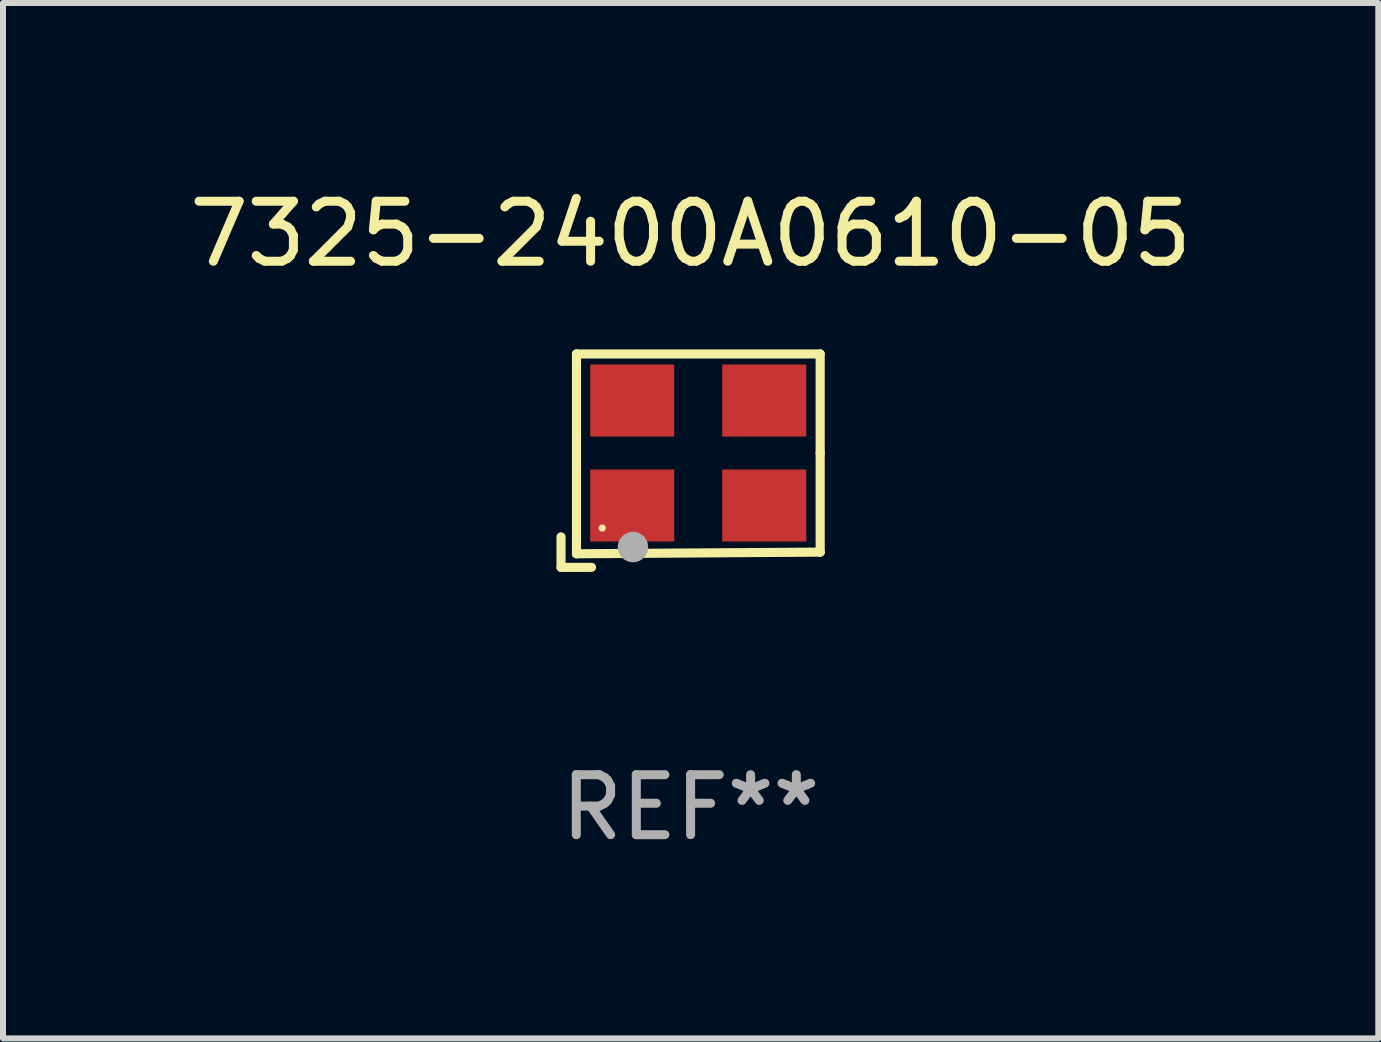
<source format=kicad_pcb>
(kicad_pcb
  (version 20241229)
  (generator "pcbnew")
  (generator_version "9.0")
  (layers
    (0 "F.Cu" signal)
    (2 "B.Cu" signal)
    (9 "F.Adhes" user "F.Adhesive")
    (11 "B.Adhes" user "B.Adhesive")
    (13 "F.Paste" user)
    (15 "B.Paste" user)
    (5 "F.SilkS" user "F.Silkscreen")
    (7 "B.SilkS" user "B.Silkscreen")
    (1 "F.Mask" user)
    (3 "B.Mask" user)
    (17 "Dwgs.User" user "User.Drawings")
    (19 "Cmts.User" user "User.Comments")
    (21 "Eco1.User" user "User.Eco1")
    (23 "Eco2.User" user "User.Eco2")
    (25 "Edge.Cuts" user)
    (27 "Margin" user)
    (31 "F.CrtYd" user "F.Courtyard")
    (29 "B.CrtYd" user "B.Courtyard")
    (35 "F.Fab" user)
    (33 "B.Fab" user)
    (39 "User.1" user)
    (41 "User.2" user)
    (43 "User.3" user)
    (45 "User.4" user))
  (footprint "7325-2400A0610-05"
    (layer "F.Cu")
    (at 8.458 4.626)
    (property "Reference" "7325-2400A0610-05" (at 0 -3.778 0) (layer "F.SilkS") (effects (font (size 1 1) (thickness 0.15))))
    (attr through_hole)
    (fp_line (start -2.159 1.27) (end -2.159 1.778) (stroke (width 0.152) (type solid)) (layer "F.SilkS"))
    (fp_line (start -2.159 1.778) (end -1.651 1.778) (stroke (width 0.152) (type solid)) (layer "F.SilkS"))
    (fp_line (start -1.902 -1.778) (end 2.159 -1.778) (stroke (width 0.152) (type solid)) (layer "F.SilkS"))
    (fp_line (start -1.902 1.552) (end -1.902 -1.778) (stroke (width 0.152) (type solid)) (layer "F.SilkS"))
    (fp_line (start 2.159 -1.778) (end 2.159 -0.127) (stroke (width 0.152) (type solid)) (layer "F.SilkS"))
    (fp_line (start 2.159 -0.127) (end 2.159 1.524) (stroke (width 0.152) (type solid)) (layer "F.SilkS"))
    (fp_line (start 2.159 1.524) (end -1.902 1.552) (stroke (width 0.152) (type solid)) (layer "F.SilkS"))
    (fp_line (start 2.159 1.524) (end 2.159 1.524) (stroke (width 0.152) (type solid)) (layer "F.SilkS"))
    (fp_circle (center -1.473 1.123) (end -1.443 1.123) (stroke (width 0.06) (type solid)) (fill no) (layer "F.SilkS"))
    (fp_circle (center -0.961 1.44) (end -0.834 1.44) (stroke (width 0.254) (type solid)) (fill no) (layer "F.Fab"))
    (fp_text user "REF**" (at 0 5.778 0) (layer "F.Fab") (effects (font (size 1 1) (thickness 0.15))))
    (pad "1" smd rect (at -0.973 0.748) (size 1.4 1.2) (layers "F.Cu" "F.Mask" "F.Paste"))
    (pad "2" smd rect (at 1.227 0.748) (size 1.4 1.2) (layers "F.Cu" "F.Mask" "F.Paste"))
    (pad "3" smd rect (at 1.227 -1.002) (size 1.4 1.2) (layers "F.Cu" "F.Mask" "F.Paste"))
    (pad "4" smd rect (at -0.973 -1.002) (size 1.4 1.2) (layers "F.Cu" "F.Mask" "F.Paste")))
  (gr_rect
    (start -3 -3)
    (end 19.917 14.253)
    (stroke (width 0.1) (type default))
    (fill no)
    (layer "Edge.Cuts")))
</source>
